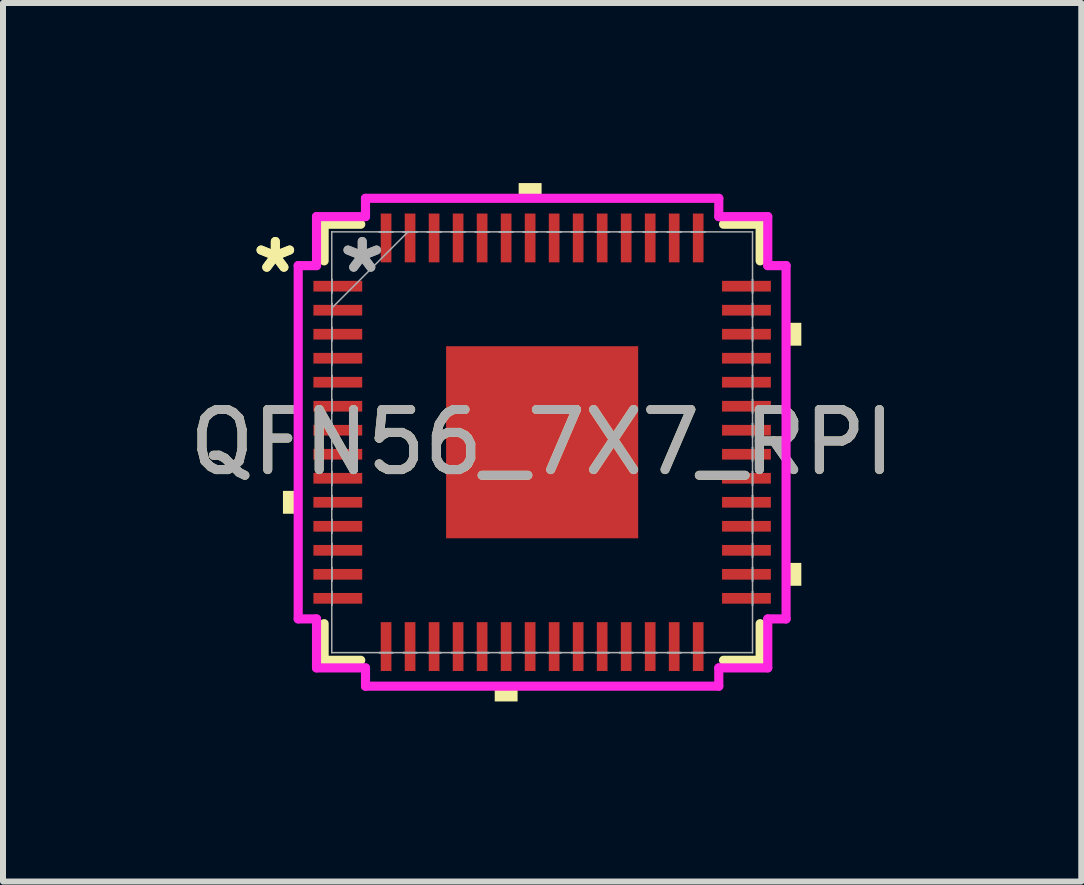
<source format=kicad_pcb>
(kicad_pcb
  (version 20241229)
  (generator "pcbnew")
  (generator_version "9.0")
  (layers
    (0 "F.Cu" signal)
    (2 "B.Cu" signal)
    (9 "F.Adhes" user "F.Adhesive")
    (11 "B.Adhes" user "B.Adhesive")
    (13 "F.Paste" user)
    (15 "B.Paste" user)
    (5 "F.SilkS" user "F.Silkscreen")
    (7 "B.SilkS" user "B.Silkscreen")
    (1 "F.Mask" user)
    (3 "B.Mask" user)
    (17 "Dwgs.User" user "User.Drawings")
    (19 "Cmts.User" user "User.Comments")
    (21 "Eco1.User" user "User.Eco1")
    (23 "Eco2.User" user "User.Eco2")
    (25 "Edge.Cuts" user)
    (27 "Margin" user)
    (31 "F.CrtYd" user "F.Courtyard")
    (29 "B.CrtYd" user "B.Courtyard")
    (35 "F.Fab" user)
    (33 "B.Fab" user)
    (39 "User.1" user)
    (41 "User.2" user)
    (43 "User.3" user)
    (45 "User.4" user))
  (footprint "QFN56_7X7_RPI"
    (layer "F.Cu")
    (at 5.982 4.318)
    (property "Reference" "QFN56_7X7_RPI" (at 0 0 0) (unlocked yes) (layer "F.SilkS") (effects (font (size 1 1) (thickness 0.15))))
    (attr smd)
    (fp_line (start -3.632 -3.632) (end -3.632 -3.022) (stroke (width 0.152) (type solid)) (layer "F.SilkS"))
    (fp_line (start -3.632 3.022) (end -3.632 3.632) (stroke (width 0.152) (type solid)) (layer "F.SilkS"))
    (fp_line (start -3.632 3.632) (end -3.022 3.632) (stroke (width 0.152) (type solid)) (layer "F.SilkS"))
    (fp_line (start -3.022 -3.632) (end -3.632 -3.632) (stroke (width 0.152) (type solid)) (layer "F.SilkS"))
    (fp_line (start 3.022 3.632) (end 3.632 3.632) (stroke (width 0.152) (type solid)) (layer "F.SilkS"))
    (fp_line (start 3.632 -3.632) (end 3.022 -3.632) (stroke (width 0.152) (type solid)) (layer "F.SilkS"))
    (fp_line (start 3.632 -3.022) (end 3.632 -3.632) (stroke (width 0.152) (type solid)) (layer "F.SilkS"))
    (fp_line (start 3.632 3.632) (end 3.632 3.022) (stroke (width 0.152) (type solid)) (layer "F.SilkS"))
    (fp_poly (pts (xy -4.318 0.81) (xy -4.318 1.191) (xy -4.064 1.191) (xy -4.064 0.81)) (stroke (width 0) (type solid)) (fill yes) (layer "F.SilkS"))
    (fp_poly (pts (xy -0.79 4.064) (xy -0.79 4.318) (xy -0.409 4.318) (xy -0.409 4.064)) (stroke (width 0) (type solid)) (fill yes) (layer "F.SilkS"))
    (fp_poly (pts (xy -0.391 -4.064) (xy -0.391 -4.318) (xy -0.009 -4.318) (xy -0.009 -4.064)) (stroke (width 0) (type solid)) (fill yes) (layer "F.SilkS"))
    (fp_poly (pts (xy 4.318 -1.99) (xy 4.318 -1.609) (xy 4.064 -1.609) (xy 4.064 -1.99)) (stroke (width 0) (type solid)) (fill yes) (layer "F.SilkS"))
    (fp_poly (pts (xy 4.318 2.01) (xy 4.318 2.391) (xy 4.064 2.391) (xy 4.064 2.01)) (stroke (width 0) (type solid)) (fill yes) (layer "F.SilkS"))
    (fp_poly (pts (xy -1.5 -1.5) (xy -1.5 -0.1) (xy -0.1 -0.1) (xy -0.1 -1.5)) (stroke (width 0) (type solid)) (fill yes) (layer "F.Paste"))
    (fp_poly (pts (xy -1.5 0.1) (xy -1.5 1.5) (xy -0.1 1.5) (xy -0.1 0.1)) (stroke (width 0) (type solid)) (fill yes) (layer "F.Paste"))
    (fp_poly (pts (xy 0.1 -1.5) (xy 0.1 -0.1) (xy 1.5 -0.1) (xy 1.5 -1.5)) (stroke (width 0) (type solid)) (fill yes) (layer "F.Paste"))
    (fp_poly (pts (xy 0.1 0.1) (xy 0.1 1.5) (xy 1.5 1.5) (xy 1.5 0.1)) (stroke (width 0) (type solid)) (fill yes) (layer "F.Paste"))
    (fp_line (start -4.064 -2.943) (end -3.759 -2.943) (stroke (width 0.152) (type solid)) (layer "F.CrtYd"))
    (fp_line (start -4.064 2.943) (end -4.064 -2.943) (stroke (width 0.152) (type solid)) (layer "F.CrtYd"))
    (fp_line (start -3.759 -3.759) (end -2.943 -3.759) (stroke (width 0.152) (type solid)) (layer "F.CrtYd"))
    (fp_line (start -3.759 -2.943) (end -3.759 -3.759) (stroke (width 0.152) (type solid)) (layer "F.CrtYd"))
    (fp_line (start -3.759 2.943) (end -4.064 2.943) (stroke (width 0.152) (type solid)) (layer "F.CrtYd"))
    (fp_line (start -3.759 3.759) (end -3.759 2.943) (stroke (width 0.152) (type solid)) (layer "F.CrtYd"))
    (fp_line (start -2.943 -4.064) (end 2.943 -4.064) (stroke (width 0.152) (type solid)) (layer "F.CrtYd"))
    (fp_line (start -2.943 -3.759) (end -2.943 -4.064) (stroke (width 0.152) (type solid)) (layer "F.CrtYd"))
    (fp_line (start -2.943 3.759) (end -3.759 3.759) (stroke (width 0.152) (type solid)) (layer "F.CrtYd"))
    (fp_line (start -2.943 4.064) (end -2.943 3.759) (stroke (width 0.152) (type solid)) (layer "F.CrtYd"))
    (fp_line (start 2.943 -4.064) (end 2.943 -3.759) (stroke (width 0.152) (type solid)) (layer "F.CrtYd"))
    (fp_line (start 2.943 -3.759) (end 3.759 -3.759) (stroke (width 0.152) (type solid)) (layer "F.CrtYd"))
    (fp_line (start 2.943 3.759) (end 2.943 4.064) (stroke (width 0.152) (type solid)) (layer "F.CrtYd"))
    (fp_line (start 2.943 4.064) (end -2.943 4.064) (stroke (width 0.152) (type solid)) (layer "F.CrtYd"))
    (fp_line (start 3.759 -3.759) (end 3.759 -2.943) (stroke (width 0.152) (type solid)) (layer "F.CrtYd"))
    (fp_line (start 3.759 -2.943) (end 4.064 -2.943) (stroke (width 0.152) (type solid)) (layer "F.CrtYd"))
    (fp_line (start 3.759 2.943) (end 3.759 3.759) (stroke (width 0.152) (type solid)) (layer "F.CrtYd"))
    (fp_line (start 3.759 3.759) (end 2.943 3.759) (stroke (width 0.152) (type solid)) (layer "F.CrtYd"))
    (fp_line (start 4.064 -2.943) (end 4.064 2.943) (stroke (width 0.152) (type solid)) (layer "F.CrtYd"))
    (fp_line (start 4.064 2.943) (end 3.759 2.943) (stroke (width 0.152) (type solid)) (layer "F.CrtYd"))
    (fp_line (start -3.505 -3.505) (end -3.505 -3.505) (stroke (width 0.025) (type solid)) (layer "F.Fab"))
    (fp_line (start -3.505 -3.505) (end -3.505 3.505) (stroke (width 0.025) (type solid)) (layer "F.Fab"))
    (fp_line (start -3.505 -2.714) (end -3.505 -2.714) (stroke (width 0.025) (type solid)) (layer "F.Fab"))
    (fp_line (start -3.505 -2.714) (end -3.505 -2.486) (stroke (width 0.025) (type solid)) (layer "F.Fab"))
    (fp_line (start -3.505 -2.486) (end -3.505 -2.714) (stroke (width 0.025) (type solid)) (layer "F.Fab"))
    (fp_line (start -3.505 -2.486) (end -3.505 -2.486) (stroke (width 0.025) (type solid)) (layer "F.Fab"))
    (fp_line (start -3.505 -2.314) (end -3.505 -2.314) (stroke (width 0.025) (type solid)) (layer "F.Fab"))
    (fp_line (start -3.505 -2.314) (end -3.505 -2.086) (stroke (width 0.025) (type solid)) (layer "F.Fab"))
    (fp_line (start -3.505 -2.235) (end -2.235 -3.505) (stroke (width 0.025) (type solid)) (layer "F.Fab"))
    (fp_line (start -3.505 -2.086) (end -3.505 -2.314) (stroke (width 0.025) (type solid)) (layer "F.Fab"))
    (fp_line (start -3.505 -2.086) (end -3.505 -2.086) (stroke (width 0.025) (type solid)) (layer "F.Fab"))
    (fp_line (start -3.505 -1.914) (end -3.505 -1.914) (stroke (width 0.025) (type solid)) (layer "F.Fab"))
    (fp_line (start -3.505 -1.914) (end -3.505 -1.686) (stroke (width 0.025) (type solid)) (layer "F.Fab"))
    (fp_line (start -3.505 -1.686) (end -3.505 -1.914) (stroke (width 0.025) (type solid)) (layer "F.Fab"))
    (fp_line (start -3.505 -1.686) (end -3.505 -1.686) (stroke (width 0.025) (type solid)) (layer "F.Fab"))
    (fp_line (start -3.505 -1.514) (end -3.505 -1.514) (stroke (width 0.025) (type solid)) (layer "F.Fab"))
    (fp_line (start -3.505 -1.514) (end -3.505 -1.286) (stroke (width 0.025) (type solid)) (layer "F.Fab"))
    (fp_line (start -3.505 -1.286) (end -3.505 -1.514) (stroke (width 0.025) (type solid)) (layer "F.Fab"))
    (fp_line (start -3.505 -1.286) (end -3.505 -1.286) (stroke (width 0.025) (type solid)) (layer "F.Fab"))
    (fp_line (start -3.505 -1.114) (end -3.505 -1.114) (stroke (width 0.025) (type solid)) (layer "F.Fab"))
    (fp_line (start -3.505 -1.114) (end -3.505 -0.886) (stroke (width 0.025) (type solid)) (layer "F.Fab"))
    (fp_line (start -3.505 -0.886) (end -3.505 -1.114) (stroke (width 0.025) (type solid)) (layer "F.Fab"))
    (fp_line (start -3.505 -0.886) (end -3.505 -0.886) (stroke (width 0.025) (type solid)) (layer "F.Fab"))
    (fp_line (start -3.505 -0.714) (end -3.505 -0.714) (stroke (width 0.025) (type solid)) (layer "F.Fab"))
    (fp_line (start -3.505 -0.714) (end -3.505 -0.486) (stroke (width 0.025) (type solid)) (layer "F.Fab"))
    (fp_line (start -3.505 -0.486) (end -3.505 -0.714) (stroke (width 0.025) (type solid)) (layer "F.Fab"))
    (fp_line (start -3.505 -0.486) (end -3.505 -0.486) (stroke (width 0.025) (type solid)) (layer "F.Fab"))
    (fp_line (start -3.505 -0.314) (end -3.505 -0.314) (stroke (width 0.025) (type solid)) (layer "F.Fab"))
    (fp_line (start -3.505 -0.314) (end -3.505 -0.086) (stroke (width 0.025) (type solid)) (layer "F.Fab"))
    (fp_line (start -3.505 -0.086) (end -3.505 -0.314) (stroke (width 0.025) (type solid)) (layer "F.Fab"))
    (fp_line (start -3.505 -0.086) (end -3.505 -0.086) (stroke (width 0.025) (type solid)) (layer "F.Fab"))
    (fp_line (start -3.505 0.086) (end -3.505 0.086) (stroke (width 0.025) (type solid)) (layer "F.Fab"))
    (fp_line (start -3.505 0.086) (end -3.505 0.314) (stroke (width 0.025) (type solid)) (layer "F.Fab"))
    (fp_line (start -3.505 0.314) (end -3.505 0.086) (stroke (width 0.025) (type solid)) (layer "F.Fab"))
    (fp_line (start -3.505 0.314) (end -3.505 0.314) (stroke (width 0.025) (type solid)) (layer "F.Fab"))
    (fp_line (start -3.505 0.486) (end -3.505 0.486) (stroke (width 0.025) (type solid)) (layer "F.Fab"))
    (fp_line (start -3.505 0.486) (end -3.505 0.714) (stroke (width 0.025) (type solid)) (layer "F.Fab"))
    (fp_line (start -3.505 0.714) (end -3.505 0.486) (stroke (width 0.025) (type solid)) (layer "F.Fab"))
    (fp_line (start -3.505 0.714) (end -3.505 0.714) (stroke (width 0.025) (type solid)) (layer "F.Fab"))
    (fp_line (start -3.505 0.886) (end -3.505 0.886) (stroke (width 0.025) (type solid)) (layer "F.Fab"))
    (fp_line (start -3.505 0.886) (end -3.505 1.114) (stroke (width 0.025) (type solid)) (layer "F.Fab"))
    (fp_line (start -3.505 1.114) (end -3.505 0.886) (stroke (width 0.025) (type solid)) (layer "F.Fab"))
    (fp_line (start -3.505 1.114) (end -3.505 1.114) (stroke (width 0.025) (type solid)) (layer "F.Fab"))
    (fp_line (start -3.505 1.286) (end -3.505 1.286) (stroke (width 0.025) (type solid)) (layer "F.Fab"))
    (fp_line (start -3.505 1.286) (end -3.505 1.514) (stroke (width 0.025) (type solid)) (layer "F.Fab"))
    (fp_line (start -3.505 1.514) (end -3.505 1.286) (stroke (width 0.025) (type solid)) (layer "F.Fab"))
    (fp_line (start -3.505 1.514) (end -3.505 1.514) (stroke (width 0.025) (type solid)) (layer "F.Fab"))
    (fp_line (start -3.505 1.686) (end -3.505 1.686) (stroke (width 0.025) (type solid)) (layer "F.Fab"))
    (fp_line (start -3.505 1.686) (end -3.505 1.914) (stroke (width 0.025) (type solid)) (layer "F.Fab"))
    (fp_line (start -3.505 1.914) (end -3.505 1.686) (stroke (width 0.025) (type solid)) (layer "F.Fab"))
    (fp_line (start -3.505 1.914) (end -3.505 1.914) (stroke (width 0.025) (type solid)) (layer "F.Fab"))
    (fp_line (start -3.505 2.086) (end -3.505 2.086) (stroke (width 0.025) (type solid)) (layer "F.Fab"))
    (fp_line (start -3.505 2.086) (end -3.505 2.314) (stroke (width 0.025) (type solid)) (layer "F.Fab"))
    (fp_line (start -3.505 2.314) (end -3.505 2.086) (stroke (width 0.025) (type solid)) (layer "F.Fab"))
    (fp_line (start -3.505 2.314) (end -3.505 2.314) (stroke (width 0.025) (type solid)) (layer "F.Fab"))
    (fp_line (start -3.505 2.486) (end -3.505 2.486) (stroke (width 0.025) (type solid)) (layer "F.Fab"))
    (fp_line (start -3.505 2.486) (end -3.505 2.714) (stroke (width 0.025) (type solid)) (layer "F.Fab"))
    (fp_line (start -3.505 2.714) (end -3.505 2.486) (stroke (width 0.025) (type solid)) (layer "F.Fab"))
    (fp_line (start -3.505 2.714) (end -3.505 2.714) (stroke (width 0.025) (type solid)) (layer "F.Fab"))
    (fp_line (start -3.505 3.505) (end -3.505 3.505) (stroke (width 0.025) (type solid)) (layer "F.Fab"))
    (fp_line (start -3.505 3.505) (end 3.505 3.505) (stroke (width 0.025) (type solid)) (layer "F.Fab"))
    (fp_line (start -2.714 -3.505) (end -2.714 -3.505) (stroke (width 0.025) (type solid)) (layer "F.Fab"))
    (fp_line (start -2.714 -3.505) (end -2.486 -3.505) (stroke (width 0.025) (type solid)) (layer "F.Fab"))
    (fp_line (start -2.714 3.505) (end -2.714 3.505) (stroke (width 0.025) (type solid)) (layer "F.Fab"))
    (fp_line (start -2.714 3.505) (end -2.486 3.505) (stroke (width 0.025) (type solid)) (layer "F.Fab"))
    (fp_line (start -2.486 -3.505) (end -2.714 -3.505) (stroke (width 0.025) (type solid)) (layer "F.Fab"))
    (fp_line (start -2.486 -3.505) (end -2.486 -3.505) (stroke (width 0.025) (type solid)) (layer "F.Fab"))
    (fp_line (start -2.486 3.505) (end -2.714 3.505) (stroke (width 0.025) (type solid)) (layer "F.Fab"))
    (fp_line (start -2.486 3.505) (end -2.486 3.505) (stroke (width 0.025) (type solid)) (layer "F.Fab"))
    (fp_line (start -2.314 -3.505) (end -2.314 -3.505) (stroke (width 0.025) (type solid)) (layer "F.Fab"))
    (fp_line (start -2.314 -3.505) (end -2.086 -3.505) (stroke (width 0.025) (type solid)) (layer "F.Fab"))
    (fp_line (start -2.314 3.505) (end -2.314 3.505) (stroke (width 0.025) (type solid)) (layer "F.Fab"))
    (fp_line (start -2.314 3.505) (end -2.086 3.505) (stroke (width 0.025) (type solid)) (layer "F.Fab"))
    (fp_line (start -2.086 -3.505) (end -2.314 -3.505) (stroke (width 0.025) (type solid)) (layer "F.Fab"))
    (fp_line (start -2.086 -3.505) (end -2.086 -3.505) (stroke (width 0.025) (type solid)) (layer "F.Fab"))
    (fp_line (start -2.086 3.505) (end -2.314 3.505) (stroke (width 0.025) (type solid)) (layer "F.Fab"))
    (fp_line (start -2.086 3.505) (end -2.086 3.505) (stroke (width 0.025) (type solid)) (layer "F.Fab"))
    (fp_line (start -1.914 -3.505) (end -1.914 -3.505) (stroke (width 0.025) (type solid)) (layer "F.Fab"))
    (fp_line (start -1.914 -3.505) (end -1.686 -3.505) (stroke (width 0.025) (type solid)) (layer "F.Fab"))
    (fp_line (start -1.914 3.505) (end -1.914 3.505) (stroke (width 0.025) (type solid)) (layer "F.Fab"))
    (fp_line (start -1.914 3.505) (end -1.686 3.505) (stroke (width 0.025) (type solid)) (layer "F.Fab"))
    (fp_line (start -1.686 -3.505) (end -1.914 -3.505) (stroke (width 0.025) (type solid)) (layer "F.Fab"))
    (fp_line (start -1.686 -3.505) (end -1.686 -3.505) (stroke (width 0.025) (type solid)) (layer "F.Fab"))
    (fp_line (start -1.686 3.505) (end -1.914 3.505) (stroke (width 0.025) (type solid)) (layer "F.Fab"))
    (fp_line (start -1.686 3.505) (end -1.686 3.505) (stroke (width 0.025) (type solid)) (layer "F.Fab"))
    (fp_line (start -1.514 -3.505) (end -1.514 -3.505) (stroke (width 0.025) (type solid)) (layer "F.Fab"))
    (fp_line (start -1.514 -3.505) (end -1.286 -3.505) (stroke (width 0.025) (type solid)) (layer "F.Fab"))
    (fp_line (start -1.514 3.505) (end -1.514 3.505) (stroke (width 0.025) (type solid)) (layer "F.Fab"))
    (fp_line (start -1.514 3.505) (end -1.286 3.505) (stroke (width 0.025) (type solid)) (layer "F.Fab"))
    (fp_line (start -1.286 -3.505) (end -1.514 -3.505) (stroke (width 0.025) (type solid)) (layer "F.Fab"))
    (fp_line (start -1.286 -3.505) (end -1.286 -3.505) (stroke (width 0.025) (type solid)) (layer "F.Fab"))
    (fp_line (start -1.286 3.505) (end -1.514 3.505) (stroke (width 0.025) (type solid)) (layer "F.Fab"))
    (fp_line (start -1.286 3.505) (end -1.286 3.505) (stroke (width 0.025) (type solid)) (layer "F.Fab"))
    (fp_line (start -1.114 -3.505) (end -1.114 -3.505) (stroke (width 0.025) (type solid)) (layer "F.Fab"))
    (fp_line (start -1.114 -3.505) (end -0.886 -3.505) (stroke (width 0.025) (type solid)) (layer "F.Fab"))
    (fp_line (start -1.114 3.505) (end -1.114 3.505) (stroke (width 0.025) (type solid)) (layer "F.Fab"))
    (fp_line (start -1.114 3.505) (end -0.886 3.505) (stroke (width 0.025) (type solid)) (layer "F.Fab"))
    (fp_line (start -0.886 -3.505) (end -1.114 -3.505) (stroke (width 0.025) (type solid)) (layer "F.Fab"))
    (fp_line (start -0.886 -3.505) (end -0.886 -3.505) (stroke (width 0.025) (type solid)) (layer "F.Fab"))
    (fp_line (start -0.886 3.505) (end -1.114 3.505) (stroke (width 0.025) (type solid)) (layer "F.Fab"))
    (fp_line (start -0.886 3.505) (end -0.886 3.505) (stroke (width 0.025) (type solid)) (layer "F.Fab"))
    (fp_line (start -0.714 -3.505) (end -0.714 -3.505) (stroke (width 0.025) (type solid)) (layer "F.Fab"))
    (fp_line (start -0.714 -3.505) (end -0.486 -3.505) (stroke (width 0.025) (type solid)) (layer "F.Fab"))
    (fp_line (start -0.714 3.505) (end -0.714 3.505) (stroke (width 0.025) (type solid)) (layer "F.Fab"))
    (fp_line (start -0.714 3.505) (end -0.486 3.505) (stroke (width 0.025) (type solid)) (layer "F.Fab"))
    (fp_line (start -0.486 -3.505) (end -0.714 -3.505) (stroke (width 0.025) (type solid)) (layer "F.Fab"))
    (fp_line (start -0.486 -3.505) (end -0.486 -3.505) (stroke (width 0.025) (type solid)) (layer "F.Fab"))
    (fp_line (start -0.486 3.505) (end -0.714 3.505) (stroke (width 0.025) (type solid)) (layer "F.Fab"))
    (fp_line (start -0.486 3.505) (end -0.486 3.505) (stroke (width 0.025) (type solid)) (layer "F.Fab"))
    (fp_line (start -0.314 -3.505) (end -0.314 -3.505) (stroke (width 0.025) (type solid)) (layer "F.Fab"))
    (fp_line (start -0.314 -3.505) (end -0.086 -3.505) (stroke (width 0.025) (type solid)) (layer "F.Fab"))
    (fp_line (start -0.314 3.505) (end -0.314 3.505) (stroke (width 0.025) (type solid)) (layer "F.Fab"))
    (fp_line (start -0.314 3.505) (end -0.086 3.505) (stroke (width 0.025) (type solid)) (layer "F.Fab"))
    (fp_line (start -0.086 -3.505) (end -0.314 -3.505) (stroke (width 0.025) (type solid)) (layer "F.Fab"))
    (fp_line (start -0.086 -3.505) (end -0.086 -3.505) (stroke (width 0.025) (type solid)) (layer "F.Fab"))
    (fp_line (start -0.086 3.505) (end -0.314 3.505) (stroke (width 0.025) (type solid)) (layer "F.Fab"))
    (fp_line (start -0.086 3.505) (end -0.086 3.505) (stroke (width 0.025) (type solid)) (layer "F.Fab"))
    (fp_line (start 0.086 -3.505) (end 0.086 -3.505) (stroke (width 0.025) (type solid)) (layer "F.Fab"))
    (fp_line (start 0.086 -3.505) (end 0.314 -3.505) (stroke (width 0.025) (type solid)) (layer "F.Fab"))
    (fp_line (start 0.086 3.505) (end 0.086 3.505) (stroke (width 0.025) (type solid)) (layer "F.Fab"))
    (fp_line (start 0.086 3.505) (end 0.314 3.505) (stroke (width 0.025) (type solid)) (layer "F.Fab"))
    (fp_line (start 0.314 -3.505) (end 0.086 -3.505) (stroke (width 0.025) (type solid)) (layer "F.Fab"))
    (fp_line (start 0.314 -3.505) (end 0.314 -3.505) (stroke (width 0.025) (type solid)) (layer "F.Fab"))
    (fp_line (start 0.314 3.505) (end 0.086 3.505) (stroke (width 0.025) (type solid)) (layer "F.Fab"))
    (fp_line (start 0.314 3.505) (end 0.314 3.505) (stroke (width 0.025) (type solid)) (layer "F.Fab"))
    (fp_line (start 0.486 -3.505) (end 0.486 -3.505) (stroke (width 0.025) (type solid)) (layer "F.Fab"))
    (fp_line (start 0.486 -3.505) (end 0.714 -3.505) (stroke (width 0.025) (type solid)) (layer "F.Fab"))
    (fp_line (start 0.486 3.505) (end 0.486 3.505) (stroke (width 0.025) (type solid)) (layer "F.Fab"))
    (fp_line (start 0.486 3.505) (end 0.714 3.505) (stroke (width 0.025) (type solid)) (layer "F.Fab"))
    (fp_line (start 0.714 -3.505) (end 0.486 -3.505) (stroke (width 0.025) (type solid)) (layer "F.Fab"))
    (fp_line (start 0.714 -3.505) (end 0.714 -3.505) (stroke (width 0.025) (type solid)) (layer "F.Fab"))
    (fp_line (start 0.714 3.505) (end 0.486 3.505) (stroke (width 0.025) (type solid)) (layer "F.Fab"))
    (fp_line (start 0.714 3.505) (end 0.714 3.505) (stroke (width 0.025) (type solid)) (layer "F.Fab"))
    (fp_line (start 0.886 -3.505) (end 0.886 -3.505) (stroke (width 0.025) (type solid)) (layer "F.Fab"))
    (fp_line (start 0.886 -3.505) (end 1.114 -3.505) (stroke (width 0.025) (type solid)) (layer "F.Fab"))
    (fp_line (start 0.886 3.505) (end 0.886 3.505) (stroke (width 0.025) (type solid)) (layer "F.Fab"))
    (fp_line (start 0.886 3.505) (end 1.114 3.505) (stroke (width 0.025) (type solid)) (layer "F.Fab"))
    (fp_line (start 1.114 -3.505) (end 0.886 -3.505) (stroke (width 0.025) (type solid)) (layer "F.Fab"))
    (fp_line (start 1.114 -3.505) (end 1.114 -3.505) (stroke (width 0.025) (type solid)) (layer "F.Fab"))
    (fp_line (start 1.114 3.505) (end 0.886 3.505) (stroke (width 0.025) (type solid)) (layer "F.Fab"))
    (fp_line (start 1.114 3.505) (end 1.114 3.505) (stroke (width 0.025) (type solid)) (layer "F.Fab"))
    (fp_line (start 1.286 -3.505) (end 1.286 -3.505) (stroke (width 0.025) (type solid)) (layer "F.Fab"))
    (fp_line (start 1.286 -3.505) (end 1.514 -3.505) (stroke (width 0.025) (type solid)) (layer "F.Fab"))
    (fp_line (start 1.286 3.505) (end 1.286 3.505) (stroke (width 0.025) (type solid)) (layer "F.Fab"))
    (fp_line (start 1.286 3.505) (end 1.514 3.505) (stroke (width 0.025) (type solid)) (layer "F.Fab"))
    (fp_line (start 1.514 -3.505) (end 1.286 -3.505) (stroke (width 0.025) (type solid)) (layer "F.Fab"))
    (fp_line (start 1.514 -3.505) (end 1.514 -3.505) (stroke (width 0.025) (type solid)) (layer "F.Fab"))
    (fp_line (start 1.514 3.505) (end 1.286 3.505) (stroke (width 0.025) (type solid)) (layer "F.Fab"))
    (fp_line (start 1.514 3.505) (end 1.514 3.505) (stroke (width 0.025) (type solid)) (layer "F.Fab"))
    (fp_line (start 1.686 -3.505) (end 1.686 -3.505) (stroke (width 0.025) (type solid)) (layer "F.Fab"))
    (fp_line (start 1.686 -3.505) (end 1.914 -3.505) (stroke (width 0.025) (type solid)) (layer "F.Fab"))
    (fp_line (start 1.686 3.505) (end 1.686 3.505) (stroke (width 0.025) (type solid)) (layer "F.Fab"))
    (fp_line (start 1.686 3.505) (end 1.914 3.505) (stroke (width 0.025) (type solid)) (layer "F.Fab"))
    (fp_line (start 1.914 -3.505) (end 1.686 -3.505) (stroke (width 0.025) (type solid)) (layer "F.Fab"))
    (fp_line (start 1.914 -3.505) (end 1.914 -3.505) (stroke (width 0.025) (type solid)) (layer "F.Fab"))
    (fp_line (start 1.914 3.505) (end 1.686 3.505) (stroke (width 0.025) (type solid)) (layer "F.Fab"))
    (fp_line (start 1.914 3.505) (end 1.914 3.505) (stroke (width 0.025) (type solid)) (layer "F.Fab"))
    (fp_line (start 2.086 -3.505) (end 2.086 -3.505) (stroke (width 0.025) (type solid)) (layer "F.Fab"))
    (fp_line (start 2.086 -3.505) (end 2.314 -3.505) (stroke (width 0.025) (type solid)) (layer "F.Fab"))
    (fp_line (start 2.086 3.505) (end 2.086 3.505) (stroke (width 0.025) (type solid)) (layer "F.Fab"))
    (fp_line (start 2.086 3.505) (end 2.314 3.505) (stroke (width 0.025) (type solid)) (layer "F.Fab"))
    (fp_line (start 2.314 -3.505) (end 2.086 -3.505) (stroke (width 0.025) (type solid)) (layer "F.Fab"))
    (fp_line (start 2.314 -3.505) (end 2.314 -3.505) (stroke (width 0.025) (type solid)) (layer "F.Fab"))
    (fp_line (start 2.314 3.505) (end 2.086 3.505) (stroke (width 0.025) (type solid)) (layer "F.Fab"))
    (fp_line (start 2.314 3.505) (end 2.314 3.505) (stroke (width 0.025) (type solid)) (layer "F.Fab"))
    (fp_line (start 2.486 -3.505) (end 2.486 -3.505) (stroke (width 0.025) (type solid)) (layer "F.Fab"))
    (fp_line (start 2.486 -3.505) (end 2.714 -3.505) (stroke (width 0.025) (type solid)) (layer "F.Fab"))
    (fp_line (start 2.486 3.505) (end 2.486 3.505) (stroke (width 0.025) (type solid)) (layer "F.Fab"))
    (fp_line (start 2.486 3.505) (end 2.714 3.505) (stroke (width 0.025) (type solid)) (layer "F.Fab"))
    (fp_line (start 2.714 -3.505) (end 2.486 -3.505) (stroke (width 0.025) (type solid)) (layer "F.Fab"))
    (fp_line (start 2.714 -3.505) (end 2.714 -3.505) (stroke (width 0.025) (type solid)) (layer "F.Fab"))
    (fp_line (start 2.714 3.505) (end 2.486 3.505) (stroke (width 0.025) (type solid)) (layer "F.Fab"))
    (fp_line (start 2.714 3.505) (end 2.714 3.505) (stroke (width 0.025) (type solid)) (layer "F.Fab"))
    (fp_line (start 3.505 -3.505) (end -3.505 -3.505) (stroke (width 0.025) (type solid)) (layer "F.Fab"))
    (fp_line (start 3.505 -3.505) (end 3.505 -3.505) (stroke (width 0.025) (type solid)) (layer "F.Fab"))
    (fp_line (start 3.505 -2.714) (end 3.505 -2.714) (stroke (width 0.025) (type solid)) (layer "F.Fab"))
    (fp_line (start 3.505 -2.714) (end 3.505 -2.486) (stroke (width 0.025) (type solid)) (layer "F.Fab"))
    (fp_line (start 3.505 -2.486) (end 3.505 -2.714) (stroke (width 0.025) (type solid)) (layer "F.Fab"))
    (fp_line (start 3.505 -2.486) (end 3.505 -2.486) (stroke (width 0.025) (type solid)) (layer "F.Fab"))
    (fp_line (start 3.505 -2.314) (end 3.505 -2.314) (stroke (width 0.025) (type solid)) (layer "F.Fab"))
    (fp_line (start 3.505 -2.314) (end 3.505 -2.086) (stroke (width 0.025) (type solid)) (layer "F.Fab"))
    (fp_line (start 3.505 -2.086) (end 3.505 -2.314) (stroke (width 0.025) (type solid)) (layer "F.Fab"))
    (fp_line (start 3.505 -2.086) (end 3.505 -2.086) (stroke (width 0.025) (type solid)) (layer "F.Fab"))
    (fp_line (start 3.505 -1.914) (end 3.505 -1.914) (stroke (width 0.025) (type solid)) (layer "F.Fab"))
    (fp_line (start 3.505 -1.914) (end 3.505 -1.686) (stroke (width 0.025) (type solid)) (layer "F.Fab"))
    (fp_line (start 3.505 -1.686) (end 3.505 -1.914) (stroke (width 0.025) (type solid)) (layer "F.Fab"))
    (fp_line (start 3.505 -1.686) (end 3.505 -1.686) (stroke (width 0.025) (type solid)) (layer "F.Fab"))
    (fp_line (start 3.505 -1.514) (end 3.505 -1.514) (stroke (width 0.025) (type solid)) (layer "F.Fab"))
    (fp_line (start 3.505 -1.514) (end 3.505 -1.286) (stroke (width 0.025) (type solid)) (layer "F.Fab"))
    (fp_line (start 3.505 -1.286) (end 3.505 -1.514) (stroke (width 0.025) (type solid)) (layer "F.Fab"))
    (fp_line (start 3.505 -1.286) (end 3.505 -1.286) (stroke (width 0.025) (type solid)) (layer "F.Fab"))
    (fp_line (start 3.505 -1.114) (end 3.505 -1.114) (stroke (width 0.025) (type solid)) (layer "F.Fab"))
    (fp_line (start 3.505 -1.114) (end 3.505 -0.886) (stroke (width 0.025) (type solid)) (layer "F.Fab"))
    (fp_line (start 3.505 -0.886) (end 3.505 -1.114) (stroke (width 0.025) (type solid)) (layer "F.Fab"))
    (fp_line (start 3.505 -0.886) (end 3.505 -0.886) (stroke (width 0.025) (type solid)) (layer "F.Fab"))
    (fp_line (start 3.505 -0.714) (end 3.505 -0.714) (stroke (width 0.025) (type solid)) (layer "F.Fab"))
    (fp_line (start 3.505 -0.714) (end 3.505 -0.486) (stroke (width 0.025) (type solid)) (layer "F.Fab"))
    (fp_line (start 3.505 -0.486) (end 3.505 -0.714) (stroke (width 0.025) (type solid)) (layer "F.Fab"))
    (fp_line (start 3.505 -0.486) (end 3.505 -0.486) (stroke (width 0.025) (type solid)) (layer "F.Fab"))
    (fp_line (start 3.505 -0.314) (end 3.505 -0.314) (stroke (width 0.025) (type solid)) (layer "F.Fab"))
    (fp_line (start 3.505 -0.314) (end 3.505 -0.086) (stroke (width 0.025) (type solid)) (layer "F.Fab"))
    (fp_line (start 3.505 -0.086) (end 3.505 -0.314) (stroke (width 0.025) (type solid)) (layer "F.Fab"))
    (fp_line (start 3.505 -0.086) (end 3.505 -0.086) (stroke (width 0.025) (type solid)) (layer "F.Fab"))
    (fp_line (start 3.505 0.086) (end 3.505 0.086) (stroke (width 0.025) (type solid)) (layer "F.Fab"))
    (fp_line (start 3.505 0.086) (end 3.505 0.314) (stroke (width 0.025) (type solid)) (layer "F.Fab"))
    (fp_line (start 3.505 0.314) (end 3.505 0.086) (stroke (width 0.025) (type solid)) (layer "F.Fab"))
    (fp_line (start 3.505 0.314) (end 3.505 0.314) (stroke (width 0.025) (type solid)) (layer "F.Fab"))
    (fp_line (start 3.505 0.486) (end 3.505 0.486) (stroke (width 0.025) (type solid)) (layer "F.Fab"))
    (fp_line (start 3.505 0.486) (end 3.505 0.714) (stroke (width 0.025) (type solid)) (layer "F.Fab"))
    (fp_line (start 3.505 0.714) (end 3.505 0.486) (stroke (width 0.025) (type solid)) (layer "F.Fab"))
    (fp_line (start 3.505 0.714) (end 3.505 0.714) (stroke (width 0.025) (type solid)) (layer "F.Fab"))
    (fp_line (start 3.505 0.886) (end 3.505 0.886) (stroke (width 0.025) (type solid)) (layer "F.Fab"))
    (fp_line (start 3.505 0.886) (end 3.505 1.114) (stroke (width 0.025) (type solid)) (layer "F.Fab"))
    (fp_line (start 3.505 1.114) (end 3.505 0.886) (stroke (width 0.025) (type solid)) (layer "F.Fab"))
    (fp_line (start 3.505 1.114) (end 3.505 1.114) (stroke (width 0.025) (type solid)) (layer "F.Fab"))
    (fp_line (start 3.505 1.286) (end 3.505 1.286) (stroke (width 0.025) (type solid)) (layer "F.Fab"))
    (fp_line (start 3.505 1.286) (end 3.505 1.514) (stroke (width 0.025) (type solid)) (layer "F.Fab"))
    (fp_line (start 3.505 1.514) (end 3.505 1.286) (stroke (width 0.025) (type solid)) (layer "F.Fab"))
    (fp_line (start 3.505 1.514) (end 3.505 1.514) (stroke (width 0.025) (type solid)) (layer "F.Fab"))
    (fp_line (start 3.505 1.686) (end 3.505 1.686) (stroke (width 0.025) (type solid)) (layer "F.Fab"))
    (fp_line (start 3.505 1.686) (end 3.505 1.914) (stroke (width 0.025) (type solid)) (layer "F.Fab"))
    (fp_line (start 3.505 1.914) (end 3.505 1.686) (stroke (width 0.025) (type solid)) (layer "F.Fab"))
    (fp_line (start 3.505 1.914) (end 3.505 1.914) (stroke (width 0.025) (type solid)) (layer "F.Fab"))
    (fp_line (start 3.505 2.086) (end 3.505 2.086) (stroke (width 0.025) (type solid)) (layer "F.Fab"))
    (fp_line (start 3.505 2.086) (end 3.505 2.314) (stroke (width 0.025) (type solid)) (layer "F.Fab"))
    (fp_line (start 3.505 2.314) (end 3.505 2.086) (stroke (width 0.025) (type solid)) (layer "F.Fab"))
    (fp_line (start 3.505 2.314) (end 3.505 2.314) (stroke (width 0.025) (type solid)) (layer "F.Fab"))
    (fp_line (start 3.505 2.486) (end 3.505 2.486) (stroke (width 0.025) (type solid)) (layer "F.Fab"))
    (fp_line (start 3.505 2.486) (end 3.505 2.714) (stroke (width 0.025) (type solid)) (layer "F.Fab"))
    (fp_line (start 3.505 2.714) (end 3.505 2.486) (stroke (width 0.025) (type solid)) (layer "F.Fab"))
    (fp_line (start 3.505 2.714) (end 3.505 2.714) (stroke (width 0.025) (type solid)) (layer "F.Fab"))
    (fp_line (start 3.505 3.505) (end 3.505 -3.505) (stroke (width 0.025) (type solid)) (layer "F.Fab"))
    (fp_line (start 3.505 3.505) (end 3.505 3.505) (stroke (width 0.025) (type solid)) (layer "F.Fab"))
    (fp_text user "*" (at -4.445 -2.8 0) (layer "F.SilkS") (effects (font (size 1 1) (thickness 0.15))))
    (fp_text user "*" (at -4.445 -2.8 0) (unlocked yes) (layer "F.SilkS") (effects (font (size 1 1) (thickness 0.15))))
    (fp_text user "*" (at -2.997 -2.8 0) (unlocked yes) (layer "F.Fab") (effects (font (size 1 1) (thickness 0.15))))
    (fp_text user "*" (at -2.997 -2.8 0) (layer "F.Fab") (effects (font (size 1 1) (thickness 0.15))))
    (fp_text user "${REFERENCE}" (at 0 0 0) (unlocked yes) (layer "F.Fab") (effects (font (size 1 1) (thickness 0.15))))
    (pad "1" smd rect (at -3.404 -2.6 90) (size 0.178 0.813) (layers "F.Cu" "F.Mask" "F.Paste"))
    (pad "2" smd rect (at -3.404 -2.2 90) (size 0.178 0.813) (layers "F.Cu" "F.Mask" "F.Paste"))
    (pad "3" smd rect (at -3.404 -1.8 90) (size 0.178 0.813) (layers "F.Cu" "F.Mask" "F.Paste"))
    (pad "4" smd rect (at -3.404 -1.4 90) (size 0.178 0.813) (layers "F.Cu" "F.Mask" "F.Paste"))
    (pad "5" smd rect (at -3.404 -1 90) (size 0.178 0.813) (layers "F.Cu" "F.Mask" "F.Paste"))
    (pad "6" smd rect (at -3.404 -0.6 90) (size 0.178 0.813) (layers "F.Cu" "F.Mask" "F.Paste"))
    (pad "7" smd rect (at -3.404 -0.2 90) (size 0.178 0.813) (layers "F.Cu" "F.Mask" "F.Paste"))
    (pad "8" smd rect (at -3.404 0.2 90) (size 0.178 0.813) (layers "F.Cu" "F.Mask" "F.Paste"))
    (pad "9" smd rect (at -3.404 0.6 90) (size 0.178 0.813) (layers "F.Cu" "F.Mask" "F.Paste"))
    (pad "10" smd rect (at -3.404 1 90) (size 0.178 0.813) (layers "F.Cu" "F.Mask" "F.Paste"))
    (pad "11" smd rect (at -3.404 1.4 90) (size 0.178 0.813) (layers "F.Cu" "F.Mask" "F.Paste"))
    (pad "12" smd rect (at -3.404 1.8 90) (size 0.178 0.813) (layers "F.Cu" "F.Mask" "F.Paste"))
    (pad "13" smd rect (at -3.404 2.2 90) (size 0.178 0.813) (layers "F.Cu" "F.Mask" "F.Paste"))
    (pad "14" smd rect (at -3.404 2.6 90) (size 0.178 0.813) (layers "F.Cu" "F.Mask" "F.Paste"))
    (pad "15" smd rect (at -2.6 3.404) (size 0.178 0.813) (layers "F.Cu" "F.Mask" "F.Paste"))
    (pad "16" smd rect (at -2.2 3.404) (size 0.178 0.813) (layers "F.Cu" "F.Mask" "F.Paste"))
    (pad "17" smd rect (at -1.8 3.404) (size 0.178 0.813) (layers "F.Cu" "F.Mask" "F.Paste"))
    (pad "18" smd rect (at -1.4 3.404) (size 0.178 0.813) (layers "F.Cu" "F.Mask" "F.Paste"))
    (pad "19" smd rect (at -1 3.404) (size 0.178 0.813) (layers "F.Cu" "F.Mask" "F.Paste"))
    (pad "20" smd rect (at -0.6 3.404) (size 0.178 0.813) (layers "F.Cu" "F.Mask" "F.Paste"))
    (pad "21" smd rect (at -0.2 3.404) (size 0.178 0.813) (layers "F.Cu" "F.Mask" "F.Paste"))
    (pad "22" smd rect (at 0.2 3.404) (size 0.178 0.813) (layers "F.Cu" "F.Mask" "F.Paste"))
    (pad "23" smd rect (at 0.6 3.404) (size 0.178 0.813) (layers "F.Cu" "F.Mask" "F.Paste"))
    (pad "24" smd rect (at 1 3.404) (size 0.178 0.813) (layers "F.Cu" "F.Mask" "F.Paste"))
    (pad "25" smd rect (at 1.4 3.404) (size 0.178 0.813) (layers "F.Cu" "F.Mask" "F.Paste"))
    (pad "26" smd rect (at 1.8 3.404) (size 0.178 0.813) (layers "F.Cu" "F.Mask" "F.Paste"))
    (pad "27" smd rect (at 2.2 3.404) (size 0.178 0.813) (layers "F.Cu" "F.Mask" "F.Paste"))
    (pad "28" smd rect (at 2.6 3.404) (size 0.178 0.813) (layers "F.Cu" "F.Mask" "F.Paste"))
    (pad "29" smd rect (at 3.404 2.6 90) (size 0.178 0.813) (layers "F.Cu" "F.Mask" "F.Paste"))
    (pad "30" smd rect (at 3.404 2.2 90) (size 0.178 0.813) (layers "F.Cu" "F.Mask" "F.Paste"))
    (pad "31" smd rect (at 3.404 1.8 90) (size 0.178 0.813) (layers "F.Cu" "F.Mask" "F.Paste"))
    (pad "32" smd rect (at 3.404 1.4 90) (size 0.178 0.813) (layers "F.Cu" "F.Mask" "F.Paste"))
    (pad "33" smd rect (at 3.404 1 90) (size 0.178 0.813) (layers "F.Cu" "F.Mask" "F.Paste"))
    (pad "34" smd rect (at 3.404 0.6 90) (size 0.178 0.813) (layers "F.Cu" "F.Mask" "F.Paste"))
    (pad "35" smd rect (at 3.404 0.2 90) (size 0.178 0.813) (layers "F.Cu" "F.Mask" "F.Paste"))
    (pad "36" smd rect (at 3.404 -0.2 90) (size 0.178 0.813) (layers "F.Cu" "F.Mask" "F.Paste"))
    (pad "37" smd rect (at 3.404 -0.6 90) (size 0.178 0.813) (layers "F.Cu" "F.Mask" "F.Paste"))
    (pad "38" smd rect (at 3.404 -1 90) (size 0.178 0.813) (layers "F.Cu" "F.Mask" "F.Paste"))
    (pad "39" smd rect (at 3.404 -1.4 90) (size 0.178 0.813) (layers "F.Cu" "F.Mask" "F.Paste"))
    (pad "40" smd rect (at 3.404 -1.8 90) (size 0.178 0.813) (layers "F.Cu" "F.Mask" "F.Paste"))
    (pad "41" smd rect (at 3.404 -2.2 90) (size 0.178 0.813) (layers "F.Cu" "F.Mask" "F.Paste"))
    (pad "42" smd rect (at 3.404 -2.6 90) (size 0.178 0.813) (layers "F.Cu" "F.Mask" "F.Paste"))
    (pad "43" smd rect (at 2.6 -3.404) (size 0.178 0.813) (layers "F.Cu" "F.Mask" "F.Paste"))
    (pad "44" smd rect (at 2.2 -3.404) (size 0.178 0.813) (layers "F.Cu" "F.Mask" "F.Paste"))
    (pad "45" smd rect (at 1.8 -3.404) (size 0.178 0.813) (layers "F.Cu" "F.Mask" "F.Paste"))
    (pad "46" smd rect (at 1.4 -3.404) (size 0.178 0.813) (layers "F.Cu" "F.Mask" "F.Paste"))
    (pad "47" smd rect (at 1 -3.404) (size 0.178 0.813) (layers "F.Cu" "F.Mask" "F.Paste"))
    (pad "48" smd rect (at 0.6 -3.404) (size 0.178 0.813) (layers "F.Cu" "F.Mask" "F.Paste"))
    (pad "49" smd rect (at 0.2 -3.404) (size 0.178 0.813) (layers "F.Cu" "F.Mask" "F.Paste"))
    (pad "50" smd rect (at -0.2 -3.404) (size 0.178 0.813) (layers "F.Cu" "F.Mask" "F.Paste"))
    (pad "51" smd rect (at -0.6 -3.404) (size 0.178 0.813) (layers "F.Cu" "F.Mask" "F.Paste"))
    (pad "52" smd rect (at -1 -3.404) (size 0.178 0.813) (layers "F.Cu" "F.Mask" "F.Paste"))
    (pad "53" smd rect (at -1.4 -3.404) (size 0.178 0.813) (layers "F.Cu" "F.Mask" "F.Paste"))
    (pad "54" smd rect (at -1.8 -3.404) (size 0.178 0.813) (layers "F.Cu" "F.Mask" "F.Paste"))
    (pad "55" smd rect (at -2.2 -3.404) (size 0.178 0.813) (layers "F.Cu" "F.Mask" "F.Paste"))
    (pad "56" smd rect (at -2.6 -3.404) (size 0.178 0.813) (layers "F.Cu" "F.Mask" "F.Paste"))
    (pad "57" smd rect (at 0 0) (size 3.2 3.2) (layers "F.Cu" "F.Mask" "F.Paste")))
  (gr_rect
    (start -3 -3)
    (end 14.964 11.636)
    (stroke (width 0.1) (type default))
    (fill no)
    (layer "Edge.Cuts")))
</source>
